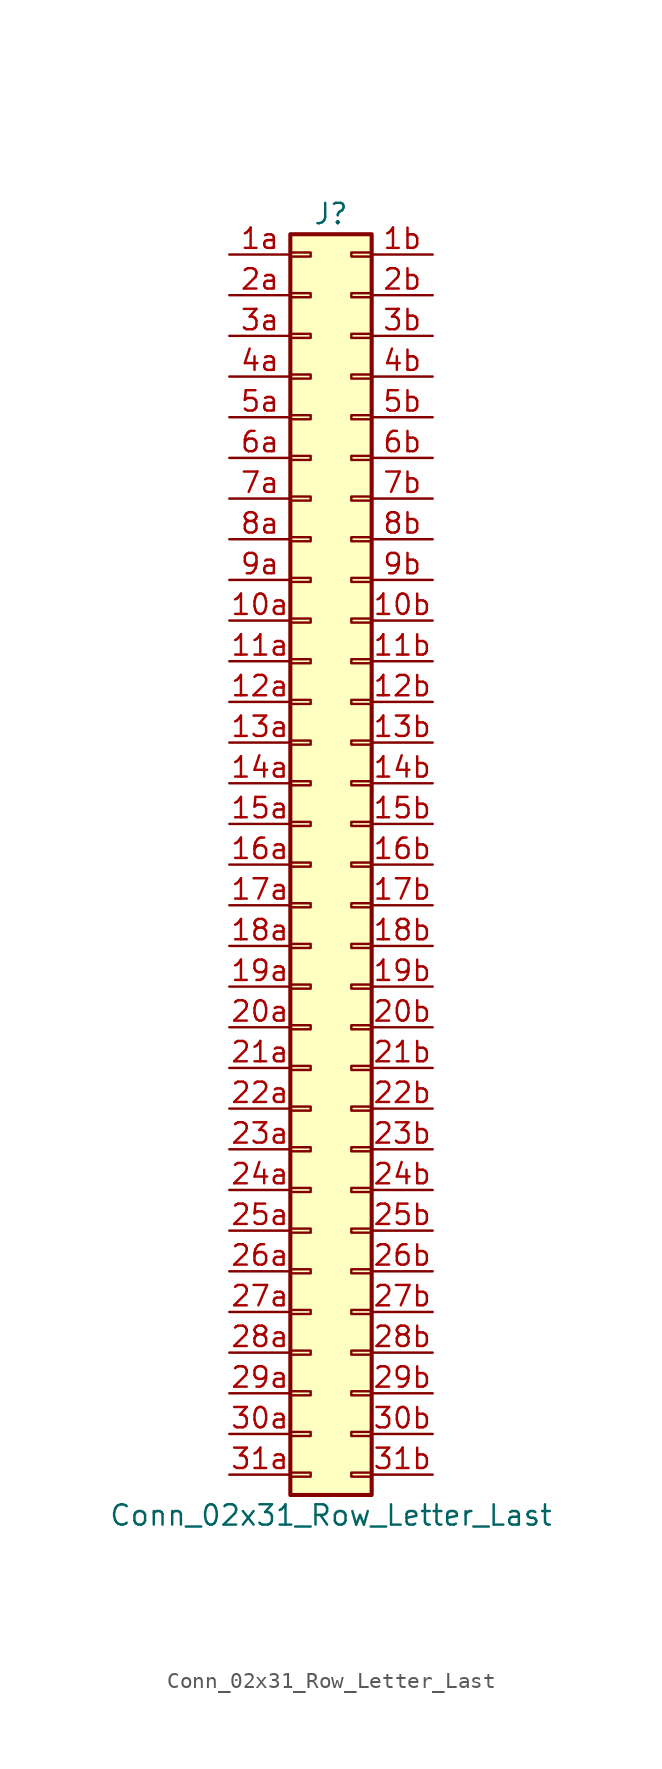
<source format=kicad_sym>
(kicad_symbol_lib
  (version 20220914)
  (generator kicad_symbol_editor)
  (symbol "Conn_02x31_Row_Letter_Last"
    (pin_names
      (offset 1.016) hide)
    (property "Reference" "J"
      (at 1.27 40.64 0)
      (effects (font (size 1.27 1.27))))
    (property "Value" "Conn_02x31_Row_Letter_Last"
      (at 1.27 -40.64 0)
      (effects (font (size 1.27 1.27))))
    (symbol "Conn_02x31_Row_Letter_Last_1_1"
      (rectangle (start -1.27 -37.973) (end 0 -38.227) (stroke (width 0.152) (type default)) (fill (type none)))
      (rectangle (start -1.27 -35.433) (end 0 -35.687) (stroke (width 0.152) (type default)) (fill (type none)))
      (rectangle (start -1.27 -32.893) (end 0 -33.147) (stroke (width 0.152) (type default)) (fill (type none)))
      (rectangle (start -1.27 -30.353) (end 0 -30.607) (stroke (width 0.152) (type default)) (fill (type none)))
      (rectangle (start -1.27 -27.813) (end 0 -28.067) (stroke (width 0.152) (type default)) (fill (type none)))
      (rectangle (start -1.27 -25.273) (end 0 -25.527) (stroke (width 0.152) (type default)) (fill (type none)))
      (rectangle (start -1.27 -22.733) (end 0 -22.987) (stroke (width 0.152) (type default)) (fill (type none)))
      (rectangle (start -1.27 -20.193) (end 0 -20.447) (stroke (width 0.152) (type default)) (fill (type none)))
      (rectangle (start -1.27 -17.653) (end 0 -17.907) (stroke (width 0.152) (type default)) (fill (type none)))
      (rectangle (start -1.27 -15.113) (end 0 -15.367) (stroke (width 0.152) (type default)) (fill (type none)))
      (rectangle (start -1.27 -12.573) (end 0 -12.827) (stroke (width 0.152) (type default)) (fill (type none)))
      (rectangle (start -1.27 -10.033) (end 0 -10.287) (stroke (width 0.152) (type default)) (fill (type none)))
      (rectangle (start -1.27 -7.493) (end 0 -7.747) (stroke (width 0.152) (type default)) (fill (type none)))
      (rectangle (start -1.27 -4.953) (end 0 -5.207) (stroke (width 0.152) (type default)) (fill (type none)))
      (rectangle (start -1.27 -2.413) (end 0 -2.667) (stroke (width 0.152) (type default)) (fill (type none)))
      (rectangle (start -1.27 0.127) (end 0 -0.127) (stroke (width 0.152) (type default)) (fill (type none)))
      (rectangle (start -1.27 2.667) (end 0 2.413) (stroke (width 0.152) (type default)) (fill (type none)))
      (rectangle (start -1.27 5.207) (end 0 4.953) (stroke (width 0.152) (type default)) (fill (type none)))
      (rectangle (start -1.27 7.747) (end 0 7.493) (stroke (width 0.152) (type default)) (fill (type none)))
      (rectangle (start -1.27 10.287) (end 0 10.033) (stroke (width 0.152) (type default)) (fill (type none)))
      (rectangle (start -1.27 12.827) (end 0 12.573) (stroke (width 0.152) (type default)) (fill (type none)))
      (rectangle (start -1.27 15.367) (end 0 15.113) (stroke (width 0.152) (type default)) (fill (type none)))
      (rectangle (start -1.27 17.907) (end 0 17.653) (stroke (width 0.152) (type default)) (fill (type none)))
      (rectangle (start -1.27 20.447) (end 0 20.193) (stroke (width 0.152) (type default)) (fill (type none)))
      (rectangle (start -1.27 22.987) (end 0 22.733) (stroke (width 0.152) (type default)) (fill (type none)))
      (rectangle (start -1.27 25.527) (end 0 25.273) (stroke (width 0.152) (type default)) (fill (type none)))
      (rectangle (start -1.27 28.067) (end 0 27.813) (stroke (width 0.152) (type default)) (fill (type none)))
      (rectangle (start -1.27 30.607) (end 0 30.353) (stroke (width 0.152) (type default)) (fill (type none)))
      (rectangle (start -1.27 33.147) (end 0 32.893) (stroke (width 0.152) (type default)) (fill (type none)))
      (rectangle (start -1.27 35.687) (end 0 35.433) (stroke (width 0.152) (type default)) (fill (type none)))
      (rectangle (start -1.27 38.227) (end 0 37.973) (stroke (width 0.152) (type default)) (fill (type none)))
      (rectangle (start -1.27 39.37) (end 3.81 -39.37) (stroke (width 0.254) (type default)) (fill (type background)))
      (rectangle (start 3.81 -37.973) (end 2.54 -38.227) (stroke (width 0.152) (type default)) (fill (type none)))
      (rectangle (start 3.81 -35.433) (end 2.54 -35.687) (stroke (width 0.152) (type default)) (fill (type none)))
      (rectangle (start 3.81 -32.893) (end 2.54 -33.147) (stroke (width 0.152) (type default)) (fill (type none)))
      (rectangle (start 3.81 -30.353) (end 2.54 -30.607) (stroke (width 0.152) (type default)) (fill (type none)))
      (rectangle (start 3.81 -27.813) (end 2.54 -28.067) (stroke (width 0.152) (type default)) (fill (type none)))
      (rectangle (start 3.81 -25.273) (end 2.54 -25.527) (stroke (width 0.152) (type default)) (fill (type none)))
      (rectangle (start 3.81 -22.733) (end 2.54 -22.987) (stroke (width 0.152) (type default)) (fill (type none)))
      (rectangle (start 3.81 -20.193) (end 2.54 -20.447) (stroke (width 0.152) (type default)) (fill (type none)))
      (rectangle (start 3.81 -17.653) (end 2.54 -17.907) (stroke (width 0.152) (type default)) (fill (type none)))
      (rectangle (start 3.81 -15.113) (end 2.54 -15.367) (stroke (width 0.152) (type default)) (fill (type none)))
      (rectangle (start 3.81 -12.573) (end 2.54 -12.827) (stroke (width 0.152) (type default)) (fill (type none)))
      (rectangle (start 3.81 -10.033) (end 2.54 -10.287) (stroke (width 0.152) (type default)) (fill (type none)))
      (rectangle (start 3.81 -7.493) (end 2.54 -7.747) (stroke (width 0.152) (type default)) (fill (type none)))
      (rectangle (start 3.81 -4.953) (end 2.54 -5.207) (stroke (width 0.152) (type default)) (fill (type none)))
      (rectangle (start 3.81 -2.413) (end 2.54 -2.667) (stroke (width 0.152) (type default)) (fill (type none)))
      (rectangle (start 3.81 0.127) (end 2.54 -0.127) (stroke (width 0.152) (type default)) (fill (type none)))
      (rectangle (start 3.81 2.667) (end 2.54 2.413) (stroke (width 0.152) (type default)) (fill (type none)))
      (rectangle (start 3.81 5.207) (end 2.54 4.953) (stroke (width 0.152) (type default)) (fill (type none)))
      (rectangle (start 3.81 7.747) (end 2.54 7.493) (stroke (width 0.152) (type default)) (fill (type none)))
      (rectangle (start 3.81 10.287) (end 2.54 10.033) (stroke (width 0.152) (type default)) (fill (type none)))
      (rectangle (start 3.81 12.827) (end 2.54 12.573) (stroke (width 0.152) (type default)) (fill (type none)))
      (rectangle (start 3.81 15.367) (end 2.54 15.113) (stroke (width 0.152) (type default)) (fill (type none)))
      (rectangle (start 3.81 17.907) (end 2.54 17.653) (stroke (width 0.152) (type default)) (fill (type none)))
      (rectangle (start 3.81 20.447) (end 2.54 20.193) (stroke (width 0.152) (type default)) (fill (type none)))
      (rectangle (start 3.81 22.987) (end 2.54 22.733) (stroke (width 0.152) (type default)) (fill (type none)))
      (rectangle (start 3.81 25.527) (end 2.54 25.273) (stroke (width 0.152) (type default)) (fill (type none)))
      (rectangle (start 3.81 28.067) (end 2.54 27.813) (stroke (width 0.152) (type default)) (fill (type none)))
      (rectangle (start 3.81 30.607) (end 2.54 30.353) (stroke (width 0.152) (type default)) (fill (type none)))
      (rectangle (start 3.81 33.147) (end 2.54 32.893) (stroke (width 0.152) (type default)) (fill (type none)))
      (rectangle (start 3.81 35.687) (end 2.54 35.433) (stroke (width 0.152) (type default)) (fill (type none)))
      (rectangle (start 3.81 38.227) (end 2.54 37.973) (stroke (width 0.152) (type default)) (fill (type none)))
      (pin passive line (at -5.08 15.24 0) (length 3.81) (name "Pin_10a" (effects (font (size 1.27 1.27)))) (number "10a" (effects (font (size 1.27 1.27)))))
      (pin passive line (at 7.62 15.24 180) (length 3.81) (name "Pin_10b" (effects (font (size 1.27 1.27)))) (number "10b" (effects (font (size 1.27 1.27)))))
      (pin passive line (at -5.08 12.7 0) (length 3.81) (name "Pin_11a" (effects (font (size 1.27 1.27)))) (number "11a" (effects (font (size 1.27 1.27)))))
      (pin passive line (at 7.62 12.7 180) (length 3.81) (name "Pin_11b" (effects (font (size 1.27 1.27)))) (number "11b" (effects (font (size 1.27 1.27)))))
      (pin passive line (at -5.08 10.16 0) (length 3.81) (name "Pin_12a" (effects (font (size 1.27 1.27)))) (number "12a" (effects (font (size 1.27 1.27)))))
      (pin passive line (at 7.62 10.16 180) (length 3.81) (name "Pin_12b" (effects (font (size 1.27 1.27)))) (number "12b" (effects (font (size 1.27 1.27)))))
      (pin passive line (at -5.08 7.62 0) (length 3.81) (name "Pin_13a" (effects (font (size 1.27 1.27)))) (number "13a" (effects (font (size 1.27 1.27)))))
      (pin passive line (at 7.62 7.62 180) (length 3.81) (name "Pin_13b" (effects (font (size 1.27 1.27)))) (number "13b" (effects (font (size 1.27 1.27)))))
      (pin passive line (at -5.08 5.08 0) (length 3.81) (name "Pin_14a" (effects (font (size 1.27 1.27)))) (number "14a" (effects (font (size 1.27 1.27)))))
      (pin passive line (at 7.62 5.08 180) (length 3.81) (name "Pin_14b" (effects (font (size 1.27 1.27)))) (number "14b" (effects (font (size 1.27 1.27)))))
      (pin passive line (at -5.08 2.54 0) (length 3.81) (name "Pin_15a" (effects (font (size 1.27 1.27)))) (number "15a" (effects (font (size 1.27 1.27)))))
      (pin passive line (at 7.62 2.54 180) (length 3.81) (name "Pin_15b" (effects (font (size 1.27 1.27)))) (number "15b" (effects (font (size 1.27 1.27)))))
      (pin passive line (at -5.08 0 0) (length 3.81) (name "Pin_16a" (effects (font (size 1.27 1.27)))) (number "16a" (effects (font (size 1.27 1.27)))))
      (pin passive line (at 7.62 0 180) (length 3.81) (name "Pin_16b" (effects (font (size 1.27 1.27)))) (number "16b" (effects (font (size 1.27 1.27)))))
      (pin passive line (at -5.08 -2.54 0) (length 3.81) (name "Pin_17a" (effects (font (size 1.27 1.27)))) (number "17a" (effects (font (size 1.27 1.27)))))
      (pin passive line (at 7.62 -2.54 180) (length 3.81) (name "Pin_17b" (effects (font (size 1.27 1.27)))) (number "17b" (effects (font (size 1.27 1.27)))))
      (pin passive line (at -5.08 -5.08 0) (length 3.81) (name "Pin_18a" (effects (font (size 1.27 1.27)))) (number "18a" (effects (font (size 1.27 1.27)))))
      (pin passive line (at 7.62 -5.08 180) (length 3.81) (name "Pin_18b" (effects (font (size 1.27 1.27)))) (number "18b" (effects (font (size 1.27 1.27)))))
      (pin passive line (at -5.08 -7.62 0) (length 3.81) (name "Pin_19a" (effects (font (size 1.27 1.27)))) (number "19a" (effects (font (size 1.27 1.27)))))
      (pin passive line (at 7.62 -7.62 180) (length 3.81) (name "Pin_19b" (effects (font (size 1.27 1.27)))) (number "19b" (effects (font (size 1.27 1.27)))))
      (pin passive line (at -5.08 38.1 0) (length 3.81) (name "Pin_1a" (effects (font (size 1.27 1.27)))) (number "1a" (effects (font (size 1.27 1.27)))))
      (pin passive line (at 7.62 38.1 180) (length 3.81) (name "Pin_1b" (effects (font (size 1.27 1.27)))) (number "1b" (effects (font (size 1.27 1.27)))))
      (pin passive line (at -5.08 -10.16 0) (length 3.81) (name "Pin_20a" (effects (font (size 1.27 1.27)))) (number "20a" (effects (font (size 1.27 1.27)))))
      (pin passive line (at 7.62 -10.16 180) (length 3.81) (name "Pin_20b" (effects (font (size 1.27 1.27)))) (number "20b" (effects (font (size 1.27 1.27)))))
      (pin passive line (at -5.08 -12.7 0) (length 3.81) (name "Pin_21a" (effects (font (size 1.27 1.27)))) (number "21a" (effects (font (size 1.27 1.27)))))
      (pin passive line (at 7.62 -12.7 180) (length 3.81) (name "Pin_21b" (effects (font (size 1.27 1.27)))) (number "21b" (effects (font (size 1.27 1.27)))))
      (pin passive line (at -5.08 -15.24 0) (length 3.81) (name "Pin_22a" (effects (font (size 1.27 1.27)))) (number "22a" (effects (font (size 1.27 1.27)))))
      (pin passive line (at 7.62 -15.24 180) (length 3.81) (name "Pin_22b" (effects (font (size 1.27 1.27)))) (number "22b" (effects (font (size 1.27 1.27)))))
      (pin passive line (at -5.08 -17.78 0) (length 3.81) (name "Pin_23a" (effects (font (size 1.27 1.27)))) (number "23a" (effects (font (size 1.27 1.27)))))
      (pin passive line (at 7.62 -17.78 180) (length 3.81) (name "Pin_23b" (effects (font (size 1.27 1.27)))) (number "23b" (effects (font (size 1.27 1.27)))))
      (pin passive line (at -5.08 -20.32 0) (length 3.81) (name "Pin_24a" (effects (font (size 1.27 1.27)))) (number "24a" (effects (font (size 1.27 1.27)))))
      (pin passive line (at 7.62 -20.32 180) (length 3.81) (name "Pin_24b" (effects (font (size 1.27 1.27)))) (number "24b" (effects (font (size 1.27 1.27)))))
      (pin passive line (at -5.08 -22.86 0) (length 3.81) (name "Pin_25a" (effects (font (size 1.27 1.27)))) (number "25a" (effects (font (size 1.27 1.27)))))
      (pin passive line (at 7.62 -22.86 180) (length 3.81) (name "Pin_25b" (effects (font (size 1.27 1.27)))) (number "25b" (effects (font (size 1.27 1.27)))))
      (pin passive line (at -5.08 -25.4 0) (length 3.81) (name "Pin_26a" (effects (font (size 1.27 1.27)))) (number "26a" (effects (font (size 1.27 1.27)))))
      (pin passive line (at 7.62 -25.4 180) (length 3.81) (name "Pin_26b" (effects (font (size 1.27 1.27)))) (number "26b" (effects (font (size 1.27 1.27)))))
      (pin passive line (at -5.08 -27.94 0) (length 3.81) (name "Pin_27a" (effects (font (size 1.27 1.27)))) (number "27a" (effects (font (size 1.27 1.27)))))
      (pin passive line (at 7.62 -27.94 180) (length 3.81) (name "Pin_27b" (effects (font (size 1.27 1.27)))) (number "27b" (effects (font (size 1.27 1.27)))))
      (pin passive line (at -5.08 -30.48 0) (length 3.81) (name "Pin_28a" (effects (font (size 1.27 1.27)))) (number "28a" (effects (font (size 1.27 1.27)))))
      (pin passive line (at 7.62 -30.48 180) (length 3.81) (name "Pin_28b" (effects (font (size 1.27 1.27)))) (number "28b" (effects (font (size 1.27 1.27)))))
      (pin passive line (at -5.08 -33.02 0) (length 3.81) (name "Pin_29a" (effects (font (size 1.27 1.27)))) (number "29a" (effects (font (size 1.27 1.27)))))
      (pin passive line (at 7.62 -33.02 180) (length 3.81) (name "Pin_29b" (effects (font (size 1.27 1.27)))) (number "29b" (effects (font (size 1.27 1.27)))))
      (pin passive line (at -5.08 35.56 0) (length 3.81) (name "Pin_2a" (effects (font (size 1.27 1.27)))) (number "2a" (effects (font (size 1.27 1.27)))))
      (pin passive line (at 7.62 35.56 180) (length 3.81) (name "Pin_2b" (effects (font (size 1.27 1.27)))) (number "2b" (effects (font (size 1.27 1.27)))))
      (pin passive line (at -5.08 -35.56 0) (length 3.81) (name "Pin_30a" (effects (font (size 1.27 1.27)))) (number "30a" (effects (font (size 1.27 1.27)))))
      (pin passive line (at 7.62 -35.56 180) (length 3.81) (name "Pin_30b" (effects (font (size 1.27 1.27)))) (number "30b" (effects (font (size 1.27 1.27)))))
      (pin passive line (at -5.08 -38.1 0) (length 3.81) (name "Pin_31a" (effects (font (size 1.27 1.27)))) (number "31a" (effects (font (size 1.27 1.27)))))
      (pin passive line (at 7.62 -38.1 180) (length 3.81) (name "Pin_31b" (effects (font (size 1.27 1.27)))) (number "31b" (effects (font (size 1.27 1.27)))))
      (pin passive line (at -5.08 33.02 0) (length 3.81) (name "Pin_3a" (effects (font (size 1.27 1.27)))) (number "3a" (effects (font (size 1.27 1.27)))))
      (pin passive line (at 7.62 33.02 180) (length 3.81) (name "Pin_3b" (effects (font (size 1.27 1.27)))) (number "3b" (effects (font (size 1.27 1.27)))))
      (pin passive line (at -5.08 30.48 0) (length 3.81) (name "Pin_4a" (effects (font (size 1.27 1.27)))) (number "4a" (effects (font (size 1.27 1.27)))))
      (pin passive line (at 7.62 30.48 180) (length 3.81) (name "Pin_4b" (effects (font (size 1.27 1.27)))) (number "4b" (effects (font (size 1.27 1.27)))))
      (pin passive line (at -5.08 27.94 0) (length 3.81) (name "Pin_5a" (effects (font (size 1.27 1.27)))) (number "5a" (effects (font (size 1.27 1.27)))))
      (pin passive line (at 7.62 27.94 180) (length 3.81) (name "Pin_5b" (effects (font (size 1.27 1.27)))) (number "5b" (effects (font (size 1.27 1.27)))))
      (pin passive line (at -5.08 25.4 0) (length 3.81) (name "Pin_6a" (effects (font (size 1.27 1.27)))) (number "6a" (effects (font (size 1.27 1.27)))))
      (pin passive line (at 7.62 25.4 180) (length 3.81) (name "Pin_6b" (effects (font (size 1.27 1.27)))) (number "6b" (effects (font (size 1.27 1.27)))))
      (pin passive line (at -5.08 22.86 0) (length 3.81) (name "Pin_7a" (effects (font (size 1.27 1.27)))) (number "7a" (effects (font (size 1.27 1.27)))))
      (pin passive line (at 7.62 22.86 180) (length 3.81) (name "Pin_7b" (effects (font (size 1.27 1.27)))) (number "7b" (effects (font (size 1.27 1.27)))))
      (pin passive line (at -5.08 20.32 0) (length 3.81) (name "Pin_8a" (effects (font (size 1.27 1.27)))) (number "8a" (effects (font (size 1.27 1.27)))))
      (pin passive line (at 7.62 20.32 180) (length 3.81) (name "Pin_8b" (effects (font (size 1.27 1.27)))) (number "8b" (effects (font (size 1.27 1.27)))))
      (pin passive line (at -5.08 17.78 0) (length 3.81) (name "Pin_9a" (effects (font (size 1.27 1.27)))) (number "9a" (effects (font (size 1.27 1.27)))))
      (pin passive line (at 7.62 17.78 180) (length 3.81) (name "Pin_9b" (effects (font (size 1.27 1.27)))) (number "9b" (effects (font (size 1.27 1.27))))))))
</source>
